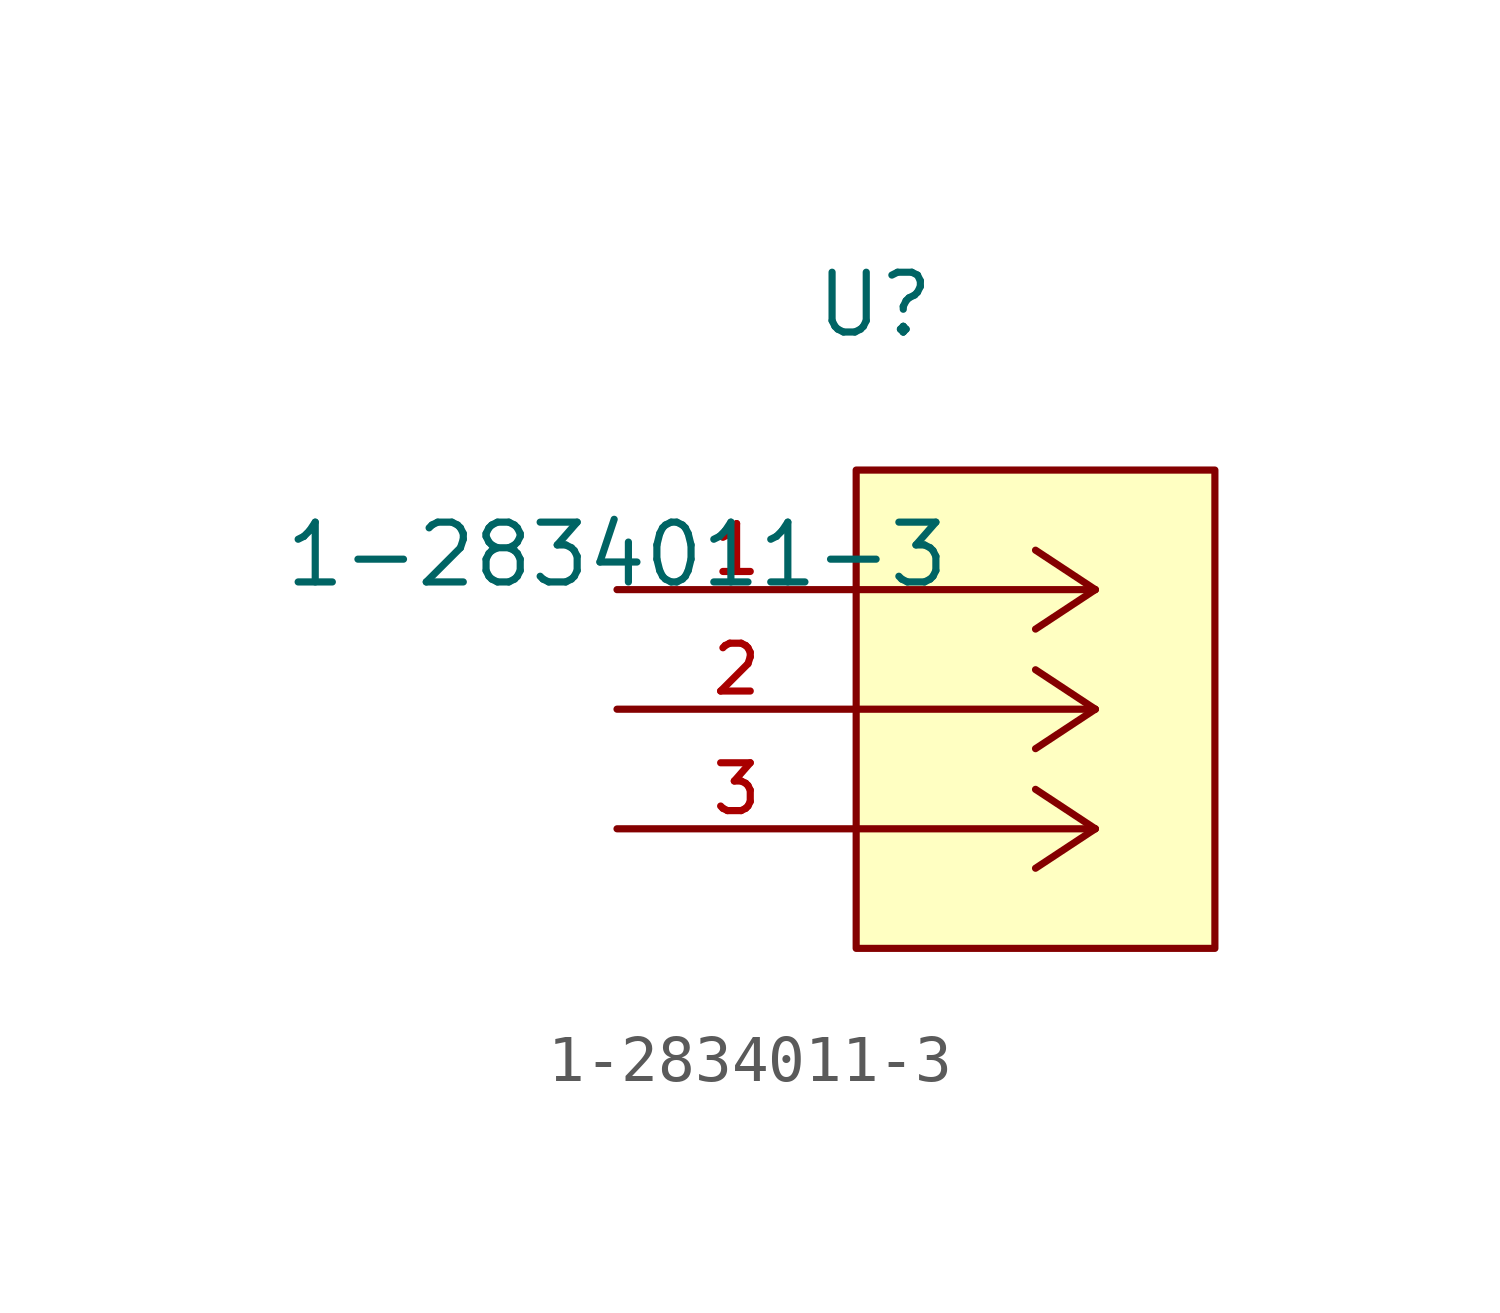
<source format=kicad_sym>
(kicad_symbol_lib
  (version 20211014)
  (generator kicad_symbol_editor)
  (symbol "1-2834011-3"
    (pin_names
      (offset 1.016))
    (property "Reference" "U"
      (at 4.166 5.309 0.0)
      (effects (font (size 1.27 1.27)) (justify bottom left)))
    (property "Value" "1-2834011-3"
      (at 0 0.0 0)
      (effects (font (size 1.27 1.27)) (justify bottom)))
    (symbol "1-2834011-3_0_0"
      (polyline (pts (xy 10.16 0.0) (xy 5.08 0.0)) (stroke (width 0.152)))
      (polyline (pts (xy 10.16 -2.54) (xy 5.08 -2.54)) (stroke (width 0.152)))
      (polyline (pts (xy 10.16 -5.08) (xy 5.08 -5.08)) (stroke (width 0.152)))
      (polyline (pts (xy 10.16 0.0) (xy 8.89 0.838)) (stroke (width 0.152)))
      (polyline (pts (xy 10.16 -2.54) (xy 8.89 -1.702)) (stroke (width 0.152)))
      (polyline (pts (xy 10.16 -5.08) (xy 8.89 -4.242)) (stroke (width 0.152)))
      (polyline (pts (xy 10.16 0.0) (xy 8.89 -0.838)) (stroke (width 0.152)))
      (polyline (pts (xy 10.16 -2.54) (xy 8.89 -3.378)) (stroke (width 0.152)))
      (polyline (pts (xy 10.16 -5.08) (xy 8.89 -5.918)) (stroke (width 0.152)))
      (rectangle (start 5.08 -7.62) (end 12.7 2.54) (stroke (width 0.152)) (fill (type background)))
      (pin passive line (at 0.0 0.0 0) (length 5.08) (name "~" (effects (font (size 1.016 1.016)))) (number "1" (effects (font (size 1.016 1.016)))))
      (pin passive line (at 0.0 -2.54 0) (length 5.08) (name "~" (effects (font (size 1.016 1.016)))) (number "2" (effects (font (size 1.016 1.016)))))
      (pin passive line (at 0.0 -5.08 0) (length 5.08) (name "~" (effects (font (size 1.016 1.016)))) (number "3" (effects (font (size 1.016 1.016))))))))
</source>
